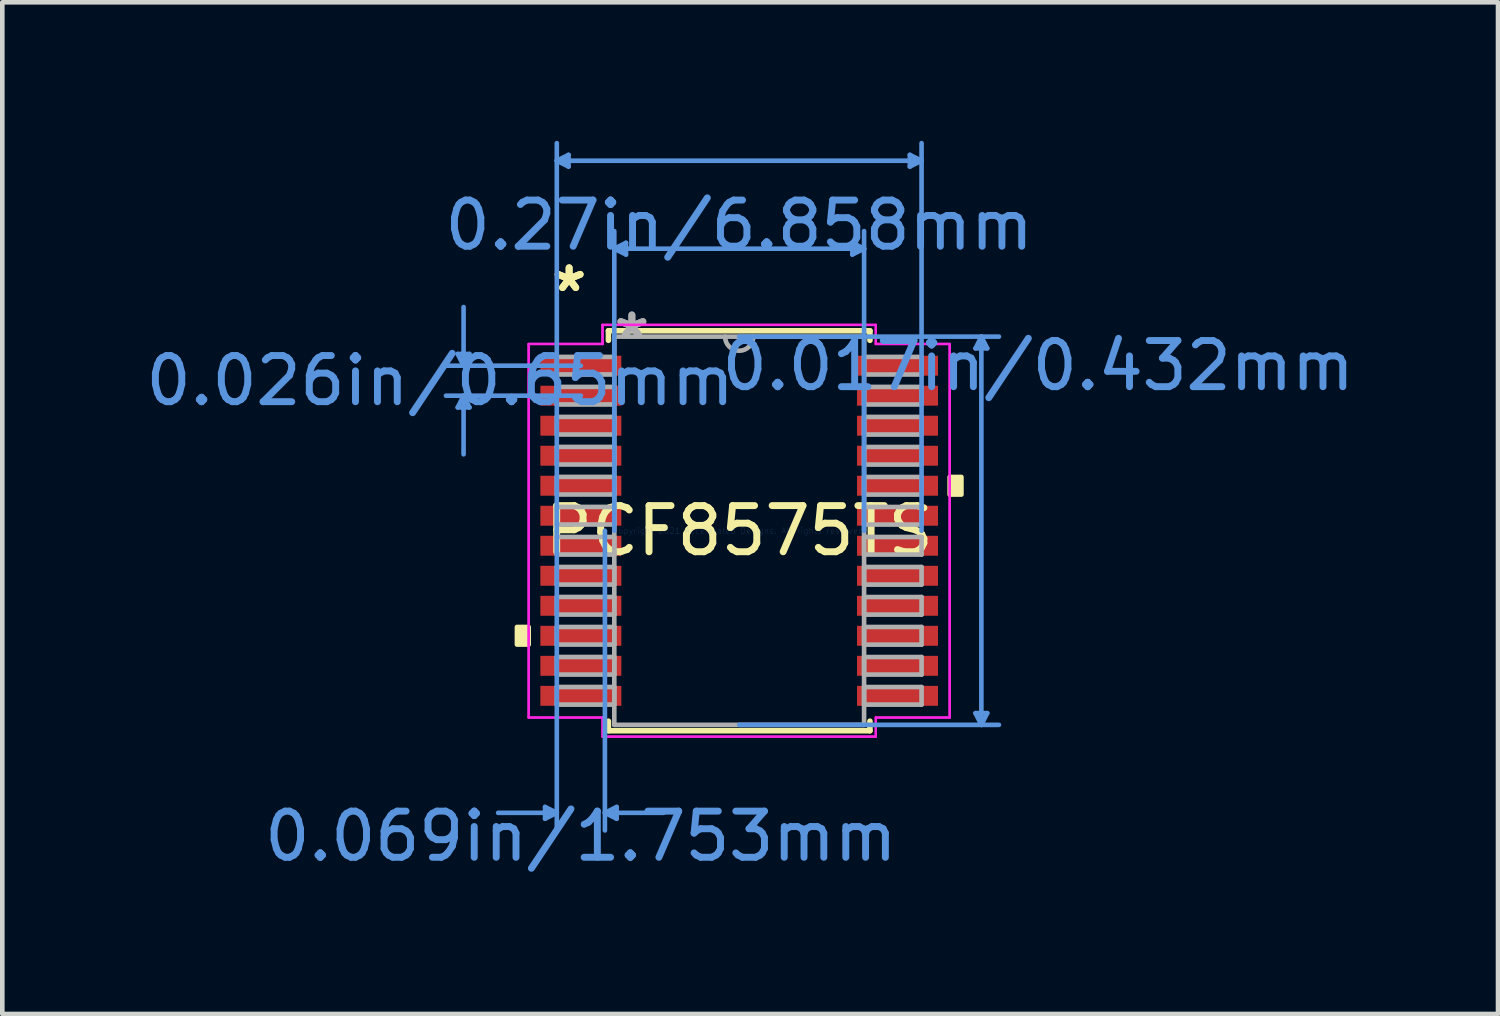
<source format=kicad_pcb>
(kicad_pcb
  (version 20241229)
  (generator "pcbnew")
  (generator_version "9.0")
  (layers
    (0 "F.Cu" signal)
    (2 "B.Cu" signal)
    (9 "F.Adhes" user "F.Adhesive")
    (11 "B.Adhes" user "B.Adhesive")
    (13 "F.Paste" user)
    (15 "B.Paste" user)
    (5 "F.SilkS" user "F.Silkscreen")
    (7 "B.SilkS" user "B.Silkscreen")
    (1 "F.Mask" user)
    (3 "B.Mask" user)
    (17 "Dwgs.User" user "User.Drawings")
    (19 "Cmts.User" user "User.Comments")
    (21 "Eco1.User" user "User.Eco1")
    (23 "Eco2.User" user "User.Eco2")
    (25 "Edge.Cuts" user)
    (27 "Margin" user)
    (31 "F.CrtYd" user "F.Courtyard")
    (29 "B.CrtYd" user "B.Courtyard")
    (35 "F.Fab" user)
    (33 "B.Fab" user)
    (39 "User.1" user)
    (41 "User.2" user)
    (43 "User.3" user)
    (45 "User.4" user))
  (footprint "PCF8575TS"
    (layer "F.Cu")
    (at 12.959 8.445)
    (property "Reference" "PCF8575TS" (at 0 0 0) (layer "F.SilkS") (effects (font (size 1 1) (thickness 0.15))))
    (attr through_hole)
    (fp_line (start -2.832 -4.331) (end -2.832 -4.124) (stroke (width 0.12) (type solid)) (layer "F.SilkS"))
    (fp_line (start -2.832 4.124) (end -2.832 4.331) (stroke (width 0.12) (type solid)) (layer "F.SilkS"))
    (fp_line (start -2.832 4.331) (end 2.832 4.331) (stroke (width 0.12) (type solid)) (layer "F.SilkS"))
    (fp_line (start 2.832 -4.331) (end -2.832 -4.331) (stroke (width 0.12) (type solid)) (layer "F.SilkS"))
    (fp_line (start 2.832 -4.124) (end 2.832 -4.331) (stroke (width 0.12) (type solid)) (layer "F.SilkS"))
    (fp_line (start 2.832 4.331) (end 2.832 4.124) (stroke (width 0.12) (type solid)) (layer "F.SilkS"))
    (fp_poly (pts (xy -4.813 2.084) (xy -4.813 2.465) (xy -4.559 2.465) (xy -4.559 2.084)) (stroke (width 0.1) (type solid)) (fill yes) (layer "F.SilkS"))
    (fp_poly (pts (xy 4.813 -1.165) (xy 4.813 -0.784) (xy 4.559 -0.784) (xy 4.559 -1.165)) (stroke (width 0.1) (type solid)) (fill yes) (layer "F.SilkS"))
    (fp_line (start -6.096 -3.829) (end -5.842 -3.829) (stroke (width 0.1) (type solid)) (layer "Cmts.User"))
    (fp_line (start -6.096 -2.671) (end -5.842 -2.671) (stroke (width 0.1) (type solid)) (layer "Cmts.User"))
    (fp_line (start -5.969 -3.575) (end -6.096 -3.829) (stroke (width 0.1) (type solid)) (layer "Cmts.User"))
    (fp_line (start -5.969 -3.575) (end -5.969 -4.845) (stroke (width 0.1) (type solid)) (layer "Cmts.User"))
    (fp_line (start -5.969 -3.575) (end -5.842 -3.829) (stroke (width 0.1) (type solid)) (layer "Cmts.User"))
    (fp_line (start -5.969 -2.925) (end -6.096 -2.671) (stroke (width 0.1) (type solid)) (layer "Cmts.User"))
    (fp_line (start -5.969 -2.925) (end -5.969 -1.655) (stroke (width 0.1) (type solid)) (layer "Cmts.User"))
    (fp_line (start -5.969 -2.925) (end -5.842 -2.671) (stroke (width 0.1) (type solid)) (layer "Cmts.User"))
    (fp_line (start -4.204 5.982) (end -4.204 6.236) (stroke (width 0.1) (type solid)) (layer "Cmts.User"))
    (fp_line (start -3.95 -8.014) (end -3.696 -8.141) (stroke (width 0.1) (type solid)) (layer "Cmts.User"))
    (fp_line (start -3.95 -8.014) (end -3.696 -7.887) (stroke (width 0.1) (type solid)) (layer "Cmts.User"))
    (fp_line (start -3.95 -8.014) (end 3.95 -8.014) (stroke (width 0.1) (type solid)) (layer "Cmts.User"))
    (fp_line (start -3.95 0) (end -3.95 -8.395) (stroke (width 0.1) (type solid)) (layer "Cmts.User"))
    (fp_line (start -3.95 0) (end -3.95 6.49) (stroke (width 0.1) (type solid)) (layer "Cmts.User"))
    (fp_line (start -3.95 6.109) (end -5.22 6.109) (stroke (width 0.1) (type solid)) (layer "Cmts.User"))
    (fp_line (start -3.95 6.109) (end -4.204 5.982) (stroke (width 0.1) (type solid)) (layer "Cmts.User"))
    (fp_line (start -3.95 6.109) (end -4.204 6.236) (stroke (width 0.1) (type solid)) (layer "Cmts.User"))
    (fp_line (start -3.696 -8.141) (end -3.696 -7.887) (stroke (width 0.1) (type solid)) (layer "Cmts.User"))
    (fp_line (start -3.429 -3.575) (end -6.35 -3.575) (stroke (width 0.1) (type solid)) (layer "Cmts.User"))
    (fp_line (start -3.429 -2.925) (end -6.35 -2.925) (stroke (width 0.1) (type solid)) (layer "Cmts.User"))
    (fp_line (start -2.908 0) (end -2.908 6.49) (stroke (width 0.1) (type solid)) (layer "Cmts.User"))
    (fp_line (start -2.908 6.109) (end -2.654 5.982) (stroke (width 0.1) (type solid)) (layer "Cmts.User"))
    (fp_line (start -2.908 6.109) (end -2.654 6.236) (stroke (width 0.1) (type solid)) (layer "Cmts.User"))
    (fp_line (start -2.908 6.109) (end -1.638 6.109) (stroke (width 0.1) (type solid)) (layer "Cmts.User"))
    (fp_line (start -2.705 -6.109) (end -2.451 -6.236) (stroke (width 0.1) (type solid)) (layer "Cmts.User"))
    (fp_line (start -2.705 -6.109) (end -2.451 -5.982) (stroke (width 0.1) (type solid)) (layer "Cmts.User"))
    (fp_line (start -2.705 -6.109) (end 2.705 -6.109) (stroke (width 0.1) (type solid)) (layer "Cmts.User"))
    (fp_line (start -2.705 0) (end -2.705 -6.49) (stroke (width 0.1) (type solid)) (layer "Cmts.User"))
    (fp_line (start -2.654 5.982) (end -2.654 6.236) (stroke (width 0.1) (type solid)) (layer "Cmts.User"))
    (fp_line (start -2.451 -6.236) (end -2.451 -5.982) (stroke (width 0.1) (type solid)) (layer "Cmts.User"))
    (fp_line (start 0 -4.204) (end 5.626 -4.204) (stroke (width 0.1) (type solid)) (layer "Cmts.User"))
    (fp_line (start 0 4.204) (end 5.626 4.204) (stroke (width 0.1) (type solid)) (layer "Cmts.User"))
    (fp_line (start 2.451 -6.236) (end 2.451 -5.982) (stroke (width 0.1) (type solid)) (layer "Cmts.User"))
    (fp_line (start 2.705 -6.109) (end 2.451 -6.236) (stroke (width 0.1) (type solid)) (layer "Cmts.User"))
    (fp_line (start 2.705 -6.109) (end 2.451 -5.982) (stroke (width 0.1) (type solid)) (layer "Cmts.User"))
    (fp_line (start 2.705 0) (end 2.705 -6.49) (stroke (width 0.1) (type solid)) (layer "Cmts.User"))
    (fp_line (start 3.696 -8.141) (end 3.696 -7.887) (stroke (width 0.1) (type solid)) (layer "Cmts.User"))
    (fp_line (start 3.95 -8.014) (end 3.696 -8.141) (stroke (width 0.1) (type solid)) (layer "Cmts.User"))
    (fp_line (start 3.95 -8.014) (end 3.696 -7.887) (stroke (width 0.1) (type solid)) (layer "Cmts.User"))
    (fp_line (start 3.95 0) (end 3.95 -8.395) (stroke (width 0.1) (type solid)) (layer "Cmts.User"))
    (fp_line (start 5.118 -3.95) (end 5.372 -3.95) (stroke (width 0.1) (type solid)) (layer "Cmts.User"))
    (fp_line (start 5.118 3.95) (end 5.372 3.95) (stroke (width 0.1) (type solid)) (layer "Cmts.User"))
    (fp_line (start 5.245 -4.204) (end 5.118 -3.95) (stroke (width 0.1) (type solid)) (layer "Cmts.User"))
    (fp_line (start 5.245 -4.204) (end 5.245 4.204) (stroke (width 0.1) (type solid)) (layer "Cmts.User"))
    (fp_line (start 5.245 -4.204) (end 5.372 -3.95) (stroke (width 0.1) (type solid)) (layer "Cmts.User"))
    (fp_line (start 5.245 4.204) (end 5.118 3.95) (stroke (width 0.1) (type solid)) (layer "Cmts.User"))
    (fp_line (start 5.245 4.204) (end 5.372 3.95) (stroke (width 0.1) (type solid)) (layer "Cmts.User"))
    (fp_line (start -4.559 -4.045) (end -2.959 -4.045) (stroke (width 0.05) (type solid)) (layer "F.CrtYd"))
    (fp_line (start -4.559 -4.045) (end -2.959 -4.045) (stroke (width 0.05) (type solid)) (layer "F.CrtYd"))
    (fp_line (start -4.559 4.045) (end -4.559 -4.045) (stroke (width 0.05) (type solid)) (layer "F.CrtYd"))
    (fp_line (start -4.559 4.045) (end -4.559 -4.045) (stroke (width 0.05) (type solid)) (layer "F.CrtYd"))
    (fp_line (start -4.559 4.045) (end -2.959 4.045) (stroke (width 0.05) (type solid)) (layer "F.CrtYd"))
    (fp_line (start -2.959 -4.458) (end 2.959 -4.458) (stroke (width 0.05) (type solid)) (layer "F.CrtYd"))
    (fp_line (start -2.959 -4.458) (end 2.959 -4.458) (stroke (width 0.05) (type solid)) (layer "F.CrtYd"))
    (fp_line (start -2.959 -4.045) (end -2.959 -4.458) (stroke (width 0.05) (type solid)) (layer "F.CrtYd"))
    (fp_line (start -2.959 -4.045) (end -2.959 -4.458) (stroke (width 0.05) (type solid)) (layer "F.CrtYd"))
    (fp_line (start -2.959 4.045) (end -4.559 4.045) (stroke (width 0.05) (type solid)) (layer "F.CrtYd"))
    (fp_line (start -2.959 4.458) (end -2.959 4.045) (stroke (width 0.05) (type solid)) (layer "F.CrtYd"))
    (fp_line (start -2.959 4.458) (end -2.959 4.045) (stroke (width 0.05) (type solid)) (layer "F.CrtYd"))
    (fp_line (start 2.959 -4.458) (end 2.959 -4.045) (stroke (width 0.05) (type solid)) (layer "F.CrtYd"))
    (fp_line (start 2.959 -4.458) (end 2.959 -4.045) (stroke (width 0.05) (type solid)) (layer "F.CrtYd"))
    (fp_line (start 2.959 -4.045) (end 4.559 -4.045) (stroke (width 0.05) (type solid)) (layer "F.CrtYd"))
    (fp_line (start 2.959 4.045) (end 2.959 4.458) (stroke (width 0.05) (type solid)) (layer "F.CrtYd"))
    (fp_line (start 2.959 4.045) (end 2.959 4.458) (stroke (width 0.05) (type solid)) (layer "F.CrtYd"))
    (fp_line (start 2.959 4.458) (end -2.959 4.458) (stroke (width 0.05) (type solid)) (layer "F.CrtYd"))
    (fp_line (start 2.959 4.458) (end -2.959 4.458) (stroke (width 0.05) (type solid)) (layer "F.CrtYd"))
    (fp_line (start 4.559 -4.045) (end 2.959 -4.045) (stroke (width 0.05) (type solid)) (layer "F.CrtYd"))
    (fp_line (start 4.559 -4.045) (end 4.559 4.045) (stroke (width 0.05) (type solid)) (layer "F.CrtYd"))
    (fp_line (start 4.559 -4.045) (end 4.559 4.045) (stroke (width 0.05) (type solid)) (layer "F.CrtYd"))
    (fp_line (start 4.559 4.045) (end 2.959 4.045) (stroke (width 0.05) (type solid)) (layer "F.CrtYd"))
    (fp_line (start 4.559 4.045) (end 2.959 4.045) (stroke (width 0.05) (type solid)) (layer "F.CrtYd"))
    (fp_line (start -3.95 -3.765) (end -3.95 -3.385) (stroke (width 0.1) (type solid)) (layer "F.Fab"))
    (fp_line (start -3.95 -3.385) (end -2.705 -3.385) (stroke (width 0.1) (type solid)) (layer "F.Fab"))
    (fp_line (start -3.95 -3.116) (end -3.95 -2.735) (stroke (width 0.1) (type solid)) (layer "F.Fab"))
    (fp_line (start -3.95 -2.735) (end -2.705 -2.735) (stroke (width 0.1) (type solid)) (layer "F.Fab"))
    (fp_line (start -3.95 -2.466) (end -3.95 -2.085) (stroke (width 0.1) (type solid)) (layer "F.Fab"))
    (fp_line (start -3.95 -2.085) (end -2.705 -2.085) (stroke (width 0.1) (type solid)) (layer "F.Fab"))
    (fp_line (start -3.95 -1.816) (end -3.95 -1.435) (stroke (width 0.1) (type solid)) (layer "F.Fab"))
    (fp_line (start -3.95 -1.435) (end -2.705 -1.435) (stroke (width 0.1) (type solid)) (layer "F.Fab"))
    (fp_line (start -3.95 -1.166) (end -3.95 -0.785) (stroke (width 0.1) (type solid)) (layer "F.Fab"))
    (fp_line (start -3.95 -0.785) (end -2.705 -0.785) (stroke (width 0.1) (type solid)) (layer "F.Fab"))
    (fp_line (start -3.95 -0.516) (end -3.95 -0.135) (stroke (width 0.1) (type solid)) (layer "F.Fab"))
    (fp_line (start -3.95 -0.135) (end -2.705 -0.135) (stroke (width 0.1) (type solid)) (layer "F.Fab"))
    (fp_line (start -3.95 0.134) (end -3.95 0.515) (stroke (width 0.1) (type solid)) (layer "F.Fab"))
    (fp_line (start -3.95 0.515) (end -2.705 0.515) (stroke (width 0.1) (type solid)) (layer "F.Fab"))
    (fp_line (start -3.95 0.784) (end -3.95 1.165) (stroke (width 0.1) (type solid)) (layer "F.Fab"))
    (fp_line (start -3.95 1.165) (end -2.705 1.165) (stroke (width 0.1) (type solid)) (layer "F.Fab"))
    (fp_line (start -3.95 1.434) (end -3.95 1.815) (stroke (width 0.1) (type solid)) (layer "F.Fab"))
    (fp_line (start -3.95 1.815) (end -2.705 1.815) (stroke (width 0.1) (type solid)) (layer "F.Fab"))
    (fp_line (start -3.95 2.084) (end -3.95 2.465) (stroke (width 0.1) (type solid)) (layer "F.Fab"))
    (fp_line (start -3.95 2.465) (end -2.705 2.465) (stroke (width 0.1) (type solid)) (layer "F.Fab"))
    (fp_line (start -3.95 2.734) (end -3.95 3.115) (stroke (width 0.1) (type solid)) (layer "F.Fab"))
    (fp_line (start -3.95 3.115) (end -2.705 3.115) (stroke (width 0.1) (type solid)) (layer "F.Fab"))
    (fp_line (start -3.95 3.384) (end -3.95 3.765) (stroke (width 0.1) (type solid)) (layer "F.Fab"))
    (fp_line (start -3.95 3.765) (end -2.705 3.765) (stroke (width 0.1) (type solid)) (layer "F.Fab"))
    (fp_line (start -2.705 -4.204) (end -2.705 4.204) (stroke (width 0.1) (type solid)) (layer "F.Fab"))
    (fp_line (start -2.705 -3.765) (end -3.95 -3.765) (stroke (width 0.1) (type solid)) (layer "F.Fab"))
    (fp_line (start -2.705 -3.385) (end -2.705 -3.765) (stroke (width 0.1) (type solid)) (layer "F.Fab"))
    (fp_line (start -2.705 -3.116) (end -3.95 -3.116) (stroke (width 0.1) (type solid)) (layer "F.Fab"))
    (fp_line (start -2.705 -2.735) (end -2.705 -3.116) (stroke (width 0.1) (type solid)) (layer "F.Fab"))
    (fp_line (start -2.705 -2.466) (end -3.95 -2.466) (stroke (width 0.1) (type solid)) (layer "F.Fab"))
    (fp_line (start -2.705 -2.085) (end -2.705 -2.466) (stroke (width 0.1) (type solid)) (layer "F.Fab"))
    (fp_line (start -2.705 -1.816) (end -3.95 -1.816) (stroke (width 0.1) (type solid)) (layer "F.Fab"))
    (fp_line (start -2.705 -1.435) (end -2.705 -1.816) (stroke (width 0.1) (type solid)) (layer "F.Fab"))
    (fp_line (start -2.705 -1.166) (end -3.95 -1.166) (stroke (width 0.1) (type solid)) (layer "F.Fab"))
    (fp_line (start -2.705 -0.785) (end -2.705 -1.166) (stroke (width 0.1) (type solid)) (layer "F.Fab"))
    (fp_line (start -2.705 -0.516) (end -3.95 -0.516) (stroke (width 0.1) (type solid)) (layer "F.Fab"))
    (fp_line (start -2.705 -0.135) (end -2.705 -0.516) (stroke (width 0.1) (type solid)) (layer "F.Fab"))
    (fp_line (start -2.705 0.134) (end -3.95 0.134) (stroke (width 0.1) (type solid)) (layer "F.Fab"))
    (fp_line (start -2.705 0.515) (end -2.705 0.134) (stroke (width 0.1) (type solid)) (layer "F.Fab"))
    (fp_line (start -2.705 0.784) (end -3.95 0.784) (stroke (width 0.1) (type solid)) (layer "F.Fab"))
    (fp_line (start -2.705 1.165) (end -2.705 0.784) (stroke (width 0.1) (type solid)) (layer "F.Fab"))
    (fp_line (start -2.705 1.434) (end -3.95 1.434) (stroke (width 0.1) (type solid)) (layer "F.Fab"))
    (fp_line (start -2.705 1.815) (end -2.705 1.434) (stroke (width 0.1) (type solid)) (layer "F.Fab"))
    (fp_line (start -2.705 2.084) (end -3.95 2.084) (stroke (width 0.1) (type solid)) (layer "F.Fab"))
    (fp_line (start -2.705 2.465) (end -2.705 2.084) (stroke (width 0.1) (type solid)) (layer "F.Fab"))
    (fp_line (start -2.705 2.734) (end -3.95 2.734) (stroke (width 0.1) (type solid)) (layer "F.Fab"))
    (fp_line (start -2.705 3.115) (end -2.705 2.734) (stroke (width 0.1) (type solid)) (layer "F.Fab"))
    (fp_line (start -2.705 3.384) (end -3.95 3.384) (stroke (width 0.1) (type solid)) (layer "F.Fab"))
    (fp_line (start -2.705 3.765) (end -2.705 3.384) (stroke (width 0.1) (type solid)) (layer "F.Fab"))
    (fp_line (start -2.705 4.204) (end 2.705 4.204) (stroke (width 0.1) (type solid)) (layer "F.Fab"))
    (fp_line (start 2.705 -4.204) (end -2.705 -4.204) (stroke (width 0.1) (type solid)) (layer "F.Fab"))
    (fp_line (start 2.705 -3.765) (end 2.705 -3.384) (stroke (width 0.1) (type solid)) (layer "F.Fab"))
    (fp_line (start 2.705 -3.384) (end 3.95 -3.384) (stroke (width 0.1) (type solid)) (layer "F.Fab"))
    (fp_line (start 2.705 -3.115) (end 2.705 -2.734) (stroke (width 0.1) (type solid)) (layer "F.Fab"))
    (fp_line (start 2.705 -2.734) (end 3.95 -2.734) (stroke (width 0.1) (type solid)) (layer "F.Fab"))
    (fp_line (start 2.705 -2.465) (end 2.705 -2.084) (stroke (width 0.1) (type solid)) (layer "F.Fab"))
    (fp_line (start 2.705 -2.084) (end 3.95 -2.084) (stroke (width 0.1) (type solid)) (layer "F.Fab"))
    (fp_line (start 2.705 -1.815) (end 2.705 -1.434) (stroke (width 0.1) (type solid)) (layer "F.Fab"))
    (fp_line (start 2.705 -1.434) (end 3.95 -1.434) (stroke (width 0.1) (type solid)) (layer "F.Fab"))
    (fp_line (start 2.705 -1.165) (end 2.705 -0.784) (stroke (width 0.1) (type solid)) (layer "F.Fab"))
    (fp_line (start 2.705 -0.784) (end 3.95 -0.784) (stroke (width 0.1) (type solid)) (layer "F.Fab"))
    (fp_line (start 2.705 -0.515) (end 2.705 -0.134) (stroke (width 0.1) (type solid)) (layer "F.Fab"))
    (fp_line (start 2.705 -0.134) (end 3.95 -0.134) (stroke (width 0.1) (type solid)) (layer "F.Fab"))
    (fp_line (start 2.705 0.135) (end 2.705 0.516) (stroke (width 0.1) (type solid)) (layer "F.Fab"))
    (fp_line (start 2.705 0.516) (end 3.95 0.516) (stroke (width 0.1) (type solid)) (layer "F.Fab"))
    (fp_line (start 2.705 0.785) (end 2.705 1.166) (stroke (width 0.1) (type solid)) (layer "F.Fab"))
    (fp_line (start 2.705 1.166) (end 3.95 1.166) (stroke (width 0.1) (type solid)) (layer "F.Fab"))
    (fp_line (start 2.705 1.435) (end 2.705 1.816) (stroke (width 0.1) (type solid)) (layer "F.Fab"))
    (fp_line (start 2.705 1.816) (end 3.95 1.816) (stroke (width 0.1) (type solid)) (layer "F.Fab"))
    (fp_line (start 2.705 2.084) (end 2.705 2.466) (stroke (width 0.1) (type solid)) (layer "F.Fab"))
    (fp_line (start 2.705 2.466) (end 3.95 2.466) (stroke (width 0.1) (type solid)) (layer "F.Fab"))
    (fp_line (start 2.705 2.735) (end 2.705 3.115) (stroke (width 0.1) (type solid)) (layer "F.Fab"))
    (fp_line (start 2.705 3.115) (end 3.95 3.115) (stroke (width 0.1) (type solid)) (layer "F.Fab"))
    (fp_line (start 2.705 3.385) (end 2.705 3.765) (stroke (width 0.1) (type solid)) (layer "F.Fab"))
    (fp_line (start 2.705 3.765) (end 3.95 3.765) (stroke (width 0.1) (type solid)) (layer "F.Fab"))
    (fp_line (start 2.705 4.204) (end 2.705 -4.204) (stroke (width 0.1) (type solid)) (layer "F.Fab"))
    (fp_line (start 3.95 -3.765) (end 2.705 -3.765) (stroke (width 0.1) (type solid)) (layer "F.Fab"))
    (fp_line (start 3.95 -3.384) (end 3.95 -3.765) (stroke (width 0.1) (type solid)) (layer "F.Fab"))
    (fp_line (start 3.95 -3.115) (end 2.705 -3.115) (stroke (width 0.1) (type solid)) (layer "F.Fab"))
    (fp_line (start 3.95 -2.734) (end 3.95 -3.115) (stroke (width 0.1) (type solid)) (layer "F.Fab"))
    (fp_line (start 3.95 -2.465) (end 2.705 -2.465) (stroke (width 0.1) (type solid)) (layer "F.Fab"))
    (fp_line (start 3.95 -2.084) (end 3.95 -2.465) (stroke (width 0.1) (type solid)) (layer "F.Fab"))
    (fp_line (start 3.95 -1.815) (end 2.705 -1.815) (stroke (width 0.1) (type solid)) (layer "F.Fab"))
    (fp_line (start 3.95 -1.434) (end 3.95 -1.815) (stroke (width 0.1) (type solid)) (layer "F.Fab"))
    (fp_line (start 3.95 -1.165) (end 2.705 -1.165) (stroke (width 0.1) (type solid)) (layer "F.Fab"))
    (fp_line (start 3.95 -0.784) (end 3.95 -1.165) (stroke (width 0.1) (type solid)) (layer "F.Fab"))
    (fp_line (start 3.95 -0.515) (end 2.705 -0.515) (stroke (width 0.1) (type solid)) (layer "F.Fab"))
    (fp_line (start 3.95 -0.134) (end 3.95 -0.515) (stroke (width 0.1) (type solid)) (layer "F.Fab"))
    (fp_line (start 3.95 0.135) (end 2.705 0.135) (stroke (width 0.1) (type solid)) (layer "F.Fab"))
    (fp_line (start 3.95 0.516) (end 3.95 0.135) (stroke (width 0.1) (type solid)) (layer "F.Fab"))
    (fp_line (start 3.95 0.785) (end 2.705 0.785) (stroke (width 0.1) (type solid)) (layer "F.Fab"))
    (fp_line (start 3.95 1.166) (end 3.95 0.785) (stroke (width 0.1) (type solid)) (layer "F.Fab"))
    (fp_line (start 3.95 1.435) (end 2.705 1.435) (stroke (width 0.1) (type solid)) (layer "F.Fab"))
    (fp_line (start 3.95 1.816) (end 3.95 1.435) (stroke (width 0.1) (type solid)) (layer "F.Fab"))
    (fp_line (start 3.95 2.084) (end 2.705 2.084) (stroke (width 0.1) (type solid)) (layer "F.Fab"))
    (fp_line (start 3.95 2.466) (end 3.95 2.084) (stroke (width 0.1) (type solid)) (layer "F.Fab"))
    (fp_line (start 3.95 2.735) (end 2.705 2.735) (stroke (width 0.1) (type solid)) (layer "F.Fab"))
    (fp_line (start 3.95 3.115) (end 3.95 2.735) (stroke (width 0.1) (type solid)) (layer "F.Fab"))
    (fp_line (start 3.95 3.385) (end 2.705 3.385) (stroke (width 0.1) (type solid)) (layer "F.Fab"))
    (fp_line (start 3.95 3.765) (end 3.95 3.385) (stroke (width 0.1) (type solid)) (layer "F.Fab"))
    (fp_arc (start 0.3048 -4.2037) (mid 0 -3.8989) (end -0.3048 -4.2037) (stroke (width 0.1) (type solid)) (layer "F.Fab"))
    (fp_text user "*" (at -3.683 -5.15 0) (layer "F.SilkS") (effects (font (size 1 1) (thickness 0.15))))
    (fp_text user "*" (at -3.683 -5.15 0) (layer "F.SilkS") (effects (font (size 1 1) (thickness 0.15))))
    (fp_text user "0.069in/1.753mm" (at -3.429 6.617 0) (layer "Cmts.User") (effects (font (size 1 1) (thickness 0.15))))
    (fp_text user "0.026in/0.65mm" (at -6.477 -3.25 0) (layer "Cmts.User") (effects (font (size 1 1) (thickness 0.15))))
    (fp_text user "0.27in/6.858mm" (at 0 -6.617 0) (layer "Cmts.User") (effects (font (size 1 1) (thickness 0.15))))
    (fp_text user "0.017in/0.432mm" (at 6.477 -3.575 0) (layer "Cmts.User") (effects (font (size 1 1) (thickness 0.15))))
    (fp_text user "Copyright 2021 Accelerated Designs. All rights reserved." (at 0 0 0) (layer "Cmts.User") (effects (font (size 0.127 0.127) (thickness 0.002))))
    (fp_text user "*" (at -2.324 -4.128 0) (layer "F.Fab") (effects (font (size 1 1) (thickness 0.15))))
    (fp_text user "*" (at -2.324 -4.128 0) (layer "F.Fab") (effects (font (size 1 1) (thickness 0.15))))
    (pad "1" smd rect (at -3.429 -3.575) (size 1.753 0.432) (layers "F.Cu" "F.Mask" "F.Paste"))
    (pad "2" smd rect (at -3.429 -2.925) (size 1.753 0.432) (layers "F.Cu" "F.Mask" "F.Paste"))
    (pad "3" smd rect (at -3.429 -2.275) (size 1.753 0.432) (layers "F.Cu" "F.Mask" "F.Paste"))
    (pad "4" smd rect (at -3.429 -1.625) (size 1.753 0.432) (layers "F.Cu" "F.Mask" "F.Paste"))
    (pad "5" smd rect (at -3.429 -0.975) (size 1.753 0.432) (layers "F.Cu" "F.Mask" "F.Paste"))
    (pad "6" smd rect (at -3.429 -0.325) (size 1.753 0.432) (layers "F.Cu" "F.Mask" "F.Paste"))
    (pad "7" smd rect (at -3.429 0.325) (size 1.753 0.432) (layers "F.Cu" "F.Mask" "F.Paste"))
    (pad "8" smd rect (at -3.429 0.975) (size 1.753 0.432) (layers "F.Cu" "F.Mask" "F.Paste"))
    (pad "9" smd rect (at -3.429 1.625) (size 1.753 0.432) (layers "F.Cu" "F.Mask" "F.Paste"))
    (pad "10" smd rect (at -3.429 2.275) (size 1.753 0.432) (layers "F.Cu" "F.Mask" "F.Paste"))
    (pad "11" smd rect (at -3.429 2.925) (size 1.753 0.432) (layers "F.Cu" "F.Mask" "F.Paste"))
    (pad "12" smd rect (at -3.429 3.575) (size 1.753 0.432) (layers "F.Cu" "F.Mask" "F.Paste"))
    (pad "13" smd rect (at 3.429 3.575) (size 1.753 0.432) (layers "F.Cu" "F.Mask" "F.Paste"))
    (pad "14" smd rect (at 3.429 2.925) (size 1.753 0.432) (layers "F.Cu" "F.Mask" "F.Paste"))
    (pad "15" smd rect (at 3.429 2.275) (size 1.753 0.432) (layers "F.Cu" "F.Mask" "F.Paste"))
    (pad "16" smd rect (at 3.429 1.625) (size 1.753 0.432) (layers "F.Cu" "F.Mask" "F.Paste"))
    (pad "17" smd rect (at 3.429 0.975) (size 1.753 0.432) (layers "F.Cu" "F.Mask" "F.Paste"))
    (pad "18" smd rect (at 3.429 0.325) (size 1.753 0.432) (layers "F.Cu" "F.Mask" "F.Paste"))
    (pad "19" smd rect (at 3.429 -0.325) (size 1.753 0.432) (layers "F.Cu" "F.Mask" "F.Paste"))
    (pad "20" smd rect (at 3.429 -0.975) (size 1.753 0.432) (layers "F.Cu" "F.Mask" "F.Paste"))
    (pad "21" smd rect (at 3.429 -1.625) (size 1.753 0.432) (layers "F.Cu" "F.Mask" "F.Paste"))
    (pad "22" smd rect (at 3.429 -2.275) (size 1.753 0.432) (layers "F.Cu" "F.Mask" "F.Paste"))
    (pad "23" smd rect (at 3.429 -2.925) (size 1.753 0.432) (layers "F.Cu" "F.Mask" "F.Paste"))
    (pad "24" smd rect (at 3.429 -3.575) (size 1.753 0.432) (layers "F.Cu" "F.Mask" "F.Paste")))
  (gr_rect
    (start -3 -3)
    (end 29.394 18.91)
    (stroke (width 0.1) (type default))
    (fill no)
    (layer "Edge.Cuts")))
</source>
